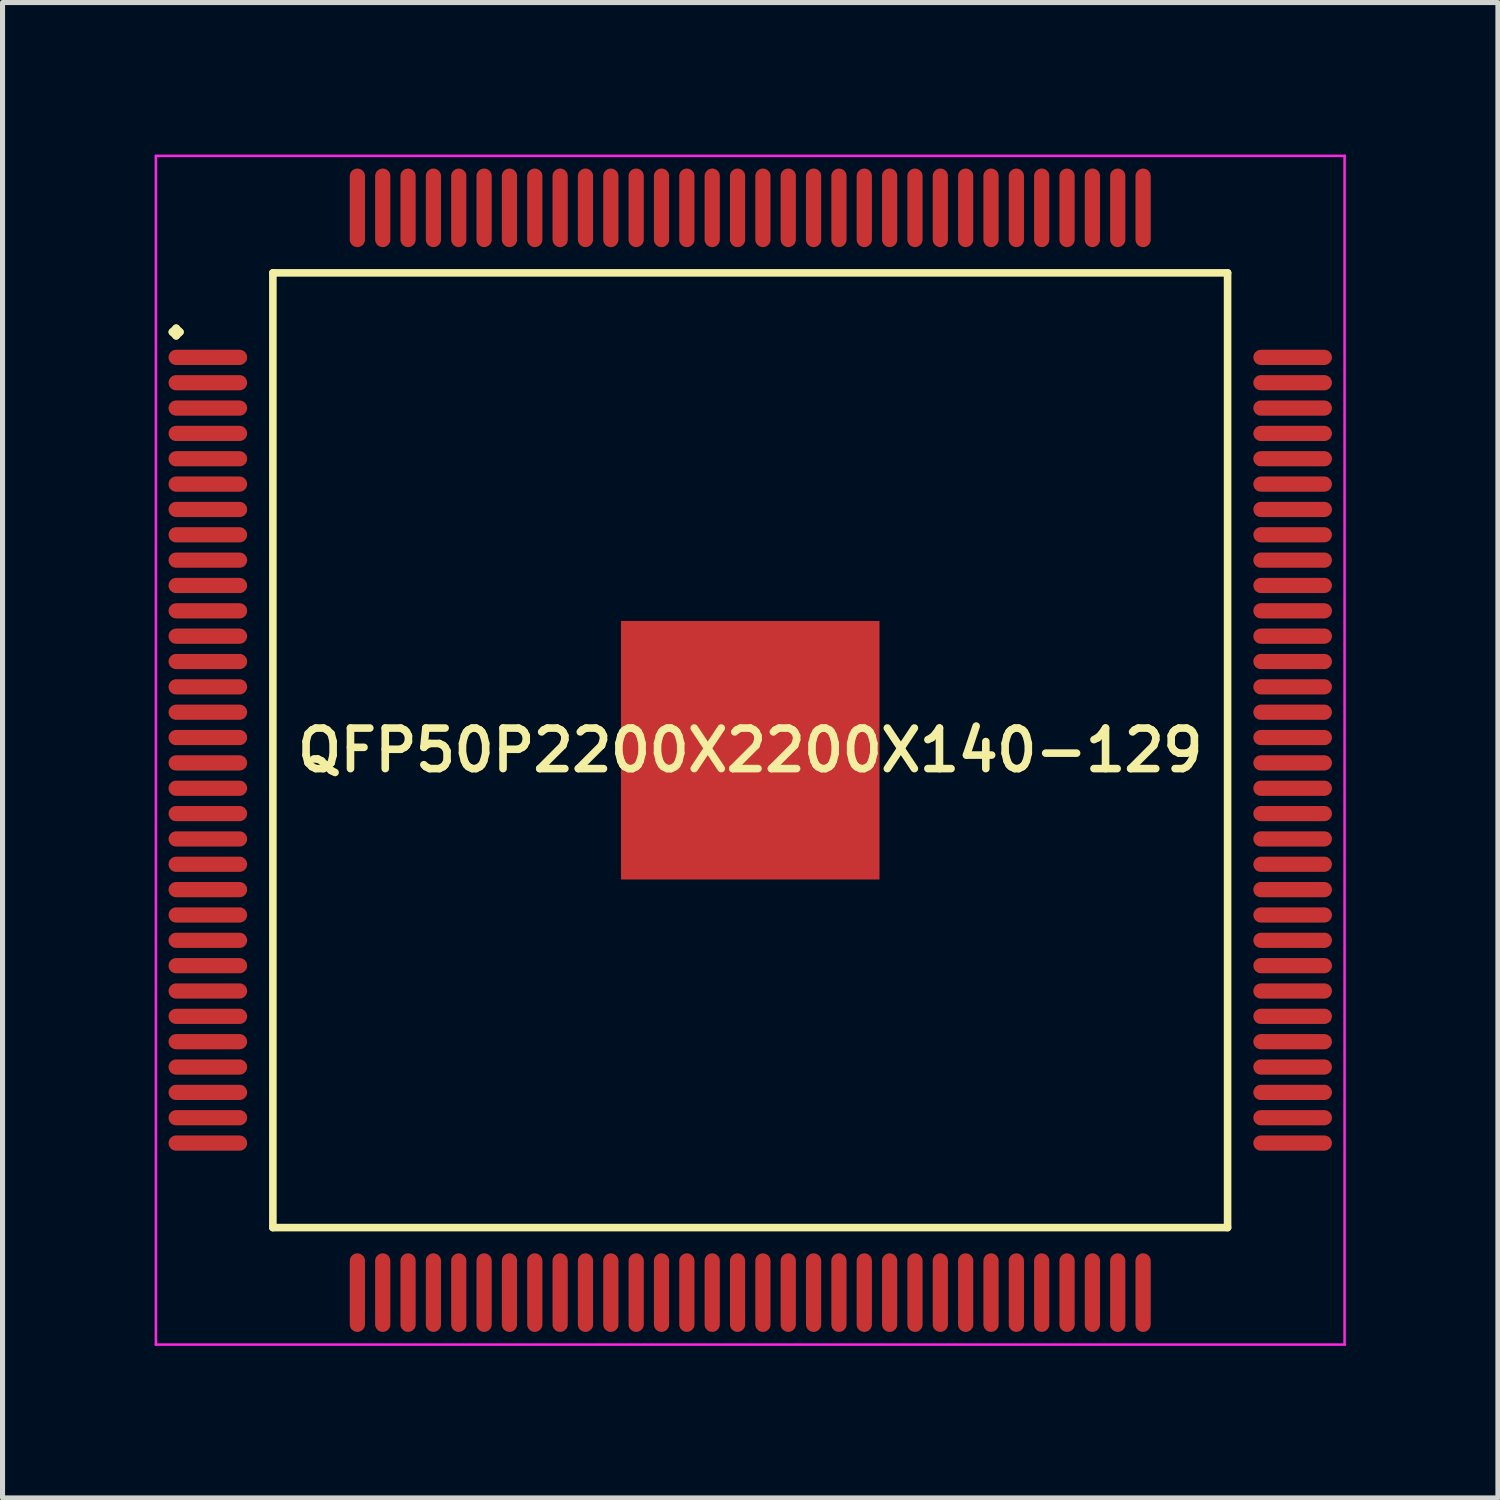
<source format=kicad_pcb>
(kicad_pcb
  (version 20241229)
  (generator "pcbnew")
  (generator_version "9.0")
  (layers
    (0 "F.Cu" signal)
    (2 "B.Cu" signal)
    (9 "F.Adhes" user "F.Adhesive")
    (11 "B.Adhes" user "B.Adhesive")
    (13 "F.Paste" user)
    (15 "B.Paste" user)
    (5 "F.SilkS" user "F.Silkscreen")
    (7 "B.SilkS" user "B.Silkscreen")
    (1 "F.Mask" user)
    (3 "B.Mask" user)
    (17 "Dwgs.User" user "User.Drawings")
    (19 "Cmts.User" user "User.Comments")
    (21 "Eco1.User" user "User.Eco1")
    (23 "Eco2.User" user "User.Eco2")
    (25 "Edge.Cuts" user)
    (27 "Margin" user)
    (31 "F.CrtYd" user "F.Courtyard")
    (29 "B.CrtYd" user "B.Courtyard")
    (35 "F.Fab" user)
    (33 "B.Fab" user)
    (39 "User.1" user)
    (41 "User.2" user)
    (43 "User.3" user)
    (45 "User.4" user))
  (footprint "QFP50P2200X2200X140-129"
    (layer "F.Cu")
    (at 11.75 11.75)
    (property "Reference" "QFP50P2200X2200X140-129" (at 0 0 0) (layer "F.SilkS") (effects (font (size 0.8 0.8) (thickness 0.15))))
    (attr smd)
    (fp_line (start -11.4 -8.25) (end -11.325 -8.325) (stroke (width 0.15) (type solid)) (layer "F.SilkS"))
    (fp_line (start -11.325 -8.325) (end -11.25 -8.25) (stroke (width 0.15) (type solid)) (layer "F.SilkS"))
    (fp_line (start -11.325 -8.175) (end -11.4 -8.25) (stroke (width 0.15) (type solid)) (layer "F.SilkS"))
    (fp_line (start -11.25 -8.25) (end -11.325 -8.175) (stroke (width 0.15) (type solid)) (layer "F.SilkS"))
    (fp_line (start -9.417 -9.417) (end -9.417 9.417) (stroke (width 0.15) (type solid)) (layer "F.SilkS"))
    (fp_line (start -9.417 9.417) (end 9.417 9.417) (stroke (width 0.15) (type solid)) (layer "F.SilkS"))
    (fp_line (start 9.417 -9.417) (end -9.417 -9.417) (stroke (width 0.15) (type solid)) (layer "F.SilkS"))
    (fp_line (start 9.417 9.417) (end 9.417 -9.417) (stroke (width 0.15) (type solid)) (layer "F.SilkS"))
    (fp_line (start -11.725 -11.725) (end 11.725 -11.725) (stroke (width 0.05) (type solid)) (layer "F.CrtYd"))
    (fp_line (start -11.725 11.725) (end -11.725 -11.725) (stroke (width 0.05) (type solid)) (layer "F.CrtYd"))
    (fp_line (start 11.725 -11.725) (end 11.725 11.725) (stroke (width 0.05) (type solid)) (layer "F.CrtYd"))
    (fp_line (start 11.725 11.725) (end -11.725 11.725) (stroke (width 0.05) (type solid)) (layer "F.CrtYd"))
    (pad "1" smd oval (at -10.7 -7.75) (size 1.55 0.3) (layers "F.Cu" "F.Mask" "F.Paste"))
    (pad "2" smd oval (at -10.7 -7.25) (size 1.55 0.3) (layers "F.Cu" "F.Mask" "F.Paste"))
    (pad "3" smd oval (at -10.7 -6.75) (size 1.55 0.3) (layers "F.Cu" "F.Mask" "F.Paste"))
    (pad "4" smd oval (at -10.7 -6.25) (size 1.55 0.3) (layers "F.Cu" "F.Mask" "F.Paste"))
    (pad "5" smd oval (at -10.7 -5.75) (size 1.55 0.3) (layers "F.Cu" "F.Mask" "F.Paste"))
    (pad "6" smd oval (at -10.7 -5.25) (size 1.55 0.3) (layers "F.Cu" "F.Mask" "F.Paste"))
    (pad "7" smd oval (at -10.7 -4.75) (size 1.55 0.3) (layers "F.Cu" "F.Mask" "F.Paste"))
    (pad "8" smd oval (at -10.7 -4.25) (size 1.55 0.3) (layers "F.Cu" "F.Mask" "F.Paste"))
    (pad "9" smd oval (at -10.7 -3.75) (size 1.55 0.3) (layers "F.Cu" "F.Mask" "F.Paste"))
    (pad "10" smd oval (at -10.7 -3.25) (size 1.55 0.3) (layers "F.Cu" "F.Mask" "F.Paste"))
    (pad "11" smd oval (at -10.7 -2.75) (size 1.55 0.3) (layers "F.Cu" "F.Mask" "F.Paste"))
    (pad "12" smd oval (at -10.7 -2.25) (size 1.55 0.3) (layers "F.Cu" "F.Mask" "F.Paste"))
    (pad "13" smd oval (at -10.7 -1.75) (size 1.55 0.3) (layers "F.Cu" "F.Mask" "F.Paste"))
    (pad "14" smd oval (at -10.7 -1.25) (size 1.55 0.3) (layers "F.Cu" "F.Mask" "F.Paste"))
    (pad "15" smd oval (at -10.7 -0.75) (size 1.55 0.3) (layers "F.Cu" "F.Mask" "F.Paste"))
    (pad "16" smd oval (at -10.7 -0.25) (size 1.55 0.3) (layers "F.Cu" "F.Mask" "F.Paste"))
    (pad "17" smd oval (at -10.7 0.25) (size 1.55 0.3) (layers "F.Cu" "F.Mask" "F.Paste"))
    (pad "18" smd oval (at -10.7 0.75) (size 1.55 0.3) (layers "F.Cu" "F.Mask" "F.Paste"))
    (pad "19" smd oval (at -10.7 1.25) (size 1.55 0.3) (layers "F.Cu" "F.Mask" "F.Paste"))
    (pad "20" smd oval (at -10.7 1.75) (size 1.55 0.3) (layers "F.Cu" "F.Mask" "F.Paste"))
    (pad "21" smd oval (at -10.7 2.25) (size 1.55 0.3) (layers "F.Cu" "F.Mask" "F.Paste"))
    (pad "22" smd oval (at -10.7 2.75) (size 1.55 0.3) (layers "F.Cu" "F.Mask" "F.Paste"))
    (pad "23" smd oval (at -10.7 3.25) (size 1.55 0.3) (layers "F.Cu" "F.Mask" "F.Paste"))
    (pad "24" smd oval (at -10.7 3.75) (size 1.55 0.3) (layers "F.Cu" "F.Mask" "F.Paste"))
    (pad "25" smd oval (at -10.7 4.25) (size 1.55 0.3) (layers "F.Cu" "F.Mask" "F.Paste"))
    (pad "26" smd oval (at -10.7 4.75) (size 1.55 0.3) (layers "F.Cu" "F.Mask" "F.Paste"))
    (pad "27" smd oval (at -10.7 5.25) (size 1.55 0.3) (layers "F.Cu" "F.Mask" "F.Paste"))
    (pad "28" smd oval (at -10.7 5.75) (size 1.55 0.3) (layers "F.Cu" "F.Mask" "F.Paste"))
    (pad "29" smd oval (at -10.7 6.25) (size 1.55 0.3) (layers "F.Cu" "F.Mask" "F.Paste"))
    (pad "30" smd oval (at -10.7 6.75) (size 1.55 0.3) (layers "F.Cu" "F.Mask" "F.Paste"))
    (pad "31" smd oval (at -10.7 7.25) (size 1.55 0.3) (layers "F.Cu" "F.Mask" "F.Paste"))
    (pad "32" smd oval (at -10.7 7.75) (size 1.55 0.3) (layers "F.Cu" "F.Mask" "F.Paste"))
    (pad "33" smd oval (at -7.75 10.7) (size 0.3 1.55) (layers "F.Cu" "F.Mask" "F.Paste"))
    (pad "34" smd oval (at -7.25 10.7) (size 0.3 1.55) (layers "F.Cu" "F.Mask" "F.Paste"))
    (pad "35" smd oval (at -6.75 10.7) (size 0.3 1.55) (layers "F.Cu" "F.Mask" "F.Paste"))
    (pad "36" smd oval (at -6.25 10.7) (size 0.3 1.55) (layers "F.Cu" "F.Mask" "F.Paste"))
    (pad "37" smd oval (at -5.75 10.7) (size 0.3 1.55) (layers "F.Cu" "F.Mask" "F.Paste"))
    (pad "38" smd oval (at -5.25 10.7) (size 0.3 1.55) (layers "F.Cu" "F.Mask" "F.Paste"))
    (pad "39" smd oval (at -4.75 10.7) (size 0.3 1.55) (layers "F.Cu" "F.Mask" "F.Paste"))
    (pad "40" smd oval (at -4.25 10.7) (size 0.3 1.55) (layers "F.Cu" "F.Mask" "F.Paste"))
    (pad "41" smd oval (at -3.75 10.7) (size 0.3 1.55) (layers "F.Cu" "F.Mask" "F.Paste"))
    (pad "42" smd oval (at -3.25 10.7) (size 0.3 1.55) (layers "F.Cu" "F.Mask" "F.Paste"))
    (pad "43" smd oval (at -2.75 10.7) (size 0.3 1.55) (layers "F.Cu" "F.Mask" "F.Paste"))
    (pad "44" smd oval (at -2.25 10.7) (size 0.3 1.55) (layers "F.Cu" "F.Mask" "F.Paste"))
    (pad "45" smd oval (at -1.75 10.7) (size 0.3 1.55) (layers "F.Cu" "F.Mask" "F.Paste"))
    (pad "46" smd oval (at -1.25 10.7) (size 0.3 1.55) (layers "F.Cu" "F.Mask" "F.Paste"))
    (pad "47" smd oval (at -0.75 10.7) (size 0.3 1.55) (layers "F.Cu" "F.Mask" "F.Paste"))
    (pad "48" smd oval (at -0.25 10.7) (size 0.3 1.55) (layers "F.Cu" "F.Mask" "F.Paste"))
    (pad "49" smd oval (at 0.25 10.7) (size 0.3 1.55) (layers "F.Cu" "F.Mask" "F.Paste"))
    (pad "50" smd oval (at 0.75 10.7) (size 0.3 1.55) (layers "F.Cu" "F.Mask" "F.Paste"))
    (pad "51" smd oval (at 1.25 10.7) (size 0.3 1.55) (layers "F.Cu" "F.Mask" "F.Paste"))
    (pad "52" smd oval (at 1.75 10.7) (size 0.3 1.55) (layers "F.Cu" "F.Mask" "F.Paste"))
    (pad "53" smd oval (at 2.25 10.7) (size 0.3 1.55) (layers "F.Cu" "F.Mask" "F.Paste"))
    (pad "54" smd oval (at 2.75 10.7) (size 0.3 1.55) (layers "F.Cu" "F.Mask" "F.Paste"))
    (pad "55" smd oval (at 3.25 10.7) (size 0.3 1.55) (layers "F.Cu" "F.Mask" "F.Paste"))
    (pad "56" smd oval (at 3.75 10.7) (size 0.3 1.55) (layers "F.Cu" "F.Mask" "F.Paste"))
    (pad "57" smd oval (at 4.25 10.7) (size 0.3 1.55) (layers "F.Cu" "F.Mask" "F.Paste"))
    (pad "58" smd oval (at 4.75 10.7) (size 0.3 1.55) (layers "F.Cu" "F.Mask" "F.Paste"))
    (pad "59" smd oval (at 5.25 10.7) (size 0.3 1.55) (layers "F.Cu" "F.Mask" "F.Paste"))
    (pad "60" smd oval (at 5.75 10.7) (size 0.3 1.55) (layers "F.Cu" "F.Mask" "F.Paste"))
    (pad "61" smd oval (at 6.25 10.7) (size 0.3 1.55) (layers "F.Cu" "F.Mask" "F.Paste"))
    (pad "62" smd oval (at 6.75 10.7) (size 0.3 1.55) (layers "F.Cu" "F.Mask" "F.Paste"))
    (pad "63" smd oval (at 7.25 10.7) (size 0.3 1.55) (layers "F.Cu" "F.Mask" "F.Paste"))
    (pad "64" smd oval (at 7.75 10.7) (size 0.3 1.55) (layers "F.Cu" "F.Mask" "F.Paste"))
    (pad "65" smd oval (at 10.7 7.75) (size 1.55 0.3) (layers "F.Cu" "F.Mask" "F.Paste"))
    (pad "66" smd oval (at 10.7 7.25) (size 1.55 0.3) (layers "F.Cu" "F.Mask" "F.Paste"))
    (pad "67" smd oval (at 10.7 6.75) (size 1.55 0.3) (layers "F.Cu" "F.Mask" "F.Paste"))
    (pad "68" smd oval (at 10.7 6.25) (size 1.55 0.3) (layers "F.Cu" "F.Mask" "F.Paste"))
    (pad "69" smd oval (at 10.7 5.75) (size 1.55 0.3) (layers "F.Cu" "F.Mask" "F.Paste"))
    (pad "70" smd oval (at 10.7 5.25) (size 1.55 0.3) (layers "F.Cu" "F.Mask" "F.Paste"))
    (pad "71" smd oval (at 10.7 4.75) (size 1.55 0.3) (layers "F.Cu" "F.Mask" "F.Paste"))
    (pad "72" smd oval (at 10.7 4.25) (size 1.55 0.3) (layers "F.Cu" "F.Mask" "F.Paste"))
    (pad "73" smd oval (at 10.7 3.75) (size 1.55 0.3) (layers "F.Cu" "F.Mask" "F.Paste"))
    (pad "74" smd oval (at 10.7 3.25) (size 1.55 0.3) (layers "F.Cu" "F.Mask" "F.Paste"))
    (pad "75" smd oval (at 10.7 2.75) (size 1.55 0.3) (layers "F.Cu" "F.Mask" "F.Paste"))
    (pad "76" smd oval (at 10.7 2.25) (size 1.55 0.3) (layers "F.Cu" "F.Mask" "F.Paste"))
    (pad "77" smd oval (at 10.7 1.75) (size 1.55 0.3) (layers "F.Cu" "F.Mask" "F.Paste"))
    (pad "78" smd oval (at 10.7 1.25) (size 1.55 0.3) (layers "F.Cu" "F.Mask" "F.Paste"))
    (pad "79" smd oval (at 10.7 0.75) (size 1.55 0.3) (layers "F.Cu" "F.Mask" "F.Paste"))
    (pad "80" smd oval (at 10.7 0.25) (size 1.55 0.3) (layers "F.Cu" "F.Mask" "F.Paste"))
    (pad "81" smd oval (at 10.7 -0.25) (size 1.55 0.3) (layers "F.Cu" "F.Mask" "F.Paste"))
    (pad "82" smd oval (at 10.7 -0.75) (size 1.55 0.3) (layers "F.Cu" "F.Mask" "F.Paste"))
    (pad "83" smd oval (at 10.7 -1.25) (size 1.55 0.3) (layers "F.Cu" "F.Mask" "F.Paste"))
    (pad "84" smd oval (at 10.7 -1.75) (size 1.55 0.3) (layers "F.Cu" "F.Mask" "F.Paste"))
    (pad "85" smd oval (at 10.7 -2.25) (size 1.55 0.3) (layers "F.Cu" "F.Mask" "F.Paste"))
    (pad "86" smd oval (at 10.7 -2.75) (size 1.55 0.3) (layers "F.Cu" "F.Mask" "F.Paste"))
    (pad "87" smd oval (at 10.7 -3.25) (size 1.55 0.3) (layers "F.Cu" "F.Mask" "F.Paste"))
    (pad "88" smd oval (at 10.7 -3.75) (size 1.55 0.3) (layers "F.Cu" "F.Mask" "F.Paste"))
    (pad "89" smd oval (at 10.7 -4.25) (size 1.55 0.3) (layers "F.Cu" "F.Mask" "F.Paste"))
    (pad "90" smd oval (at 10.7 -4.75) (size 1.55 0.3) (layers "F.Cu" "F.Mask" "F.Paste"))
    (pad "91" smd oval (at 10.7 -5.25) (size 1.55 0.3) (layers "F.Cu" "F.Mask" "F.Paste"))
    (pad "92" smd oval (at 10.7 -5.75) (size 1.55 0.3) (layers "F.Cu" "F.Mask" "F.Paste"))
    (pad "93" smd oval (at 10.7 -6.25) (size 1.55 0.3) (layers "F.Cu" "F.Mask" "F.Paste"))
    (pad "94" smd oval (at 10.7 -6.75) (size 1.55 0.3) (layers "F.Cu" "F.Mask" "F.Paste"))
    (pad "95" smd oval (at 10.7 -7.25) (size 1.55 0.3) (layers "F.Cu" "F.Mask" "F.Paste"))
    (pad "96" smd oval (at 10.7 -7.75) (size 1.55 0.3) (layers "F.Cu" "F.Mask" "F.Paste"))
    (pad "97" smd oval (at 7.75 -10.7) (size 0.3 1.55) (layers "F.Cu" "F.Mask" "F.Paste"))
    (pad "98" smd oval (at 7.25 -10.7) (size 0.3 1.55) (layers "F.Cu" "F.Mask" "F.Paste"))
    (pad "99" smd oval (at 6.75 -10.7) (size 0.3 1.55) (layers "F.Cu" "F.Mask" "F.Paste"))
    (pad "100" smd oval (at 6.25 -10.7) (size 0.3 1.55) (layers "F.Cu" "F.Mask" "F.Paste"))
    (pad "101" smd oval (at 5.75 -10.7) (size 0.3 1.55) (layers "F.Cu" "F.Mask" "F.Paste"))
    (pad "102" smd oval (at 5.25 -10.7) (size 0.3 1.55) (layers "F.Cu" "F.Mask" "F.Paste"))
    (pad "103" smd oval (at 4.75 -10.7) (size 0.3 1.55) (layers "F.Cu" "F.Mask" "F.Paste"))
    (pad "104" smd oval (at 4.25 -10.7) (size 0.3 1.55) (layers "F.Cu" "F.Mask" "F.Paste"))
    (pad "105" smd oval (at 3.75 -10.7) (size 0.3 1.55) (layers "F.Cu" "F.Mask" "F.Paste"))
    (pad "106" smd oval (at 3.25 -10.7) (size 0.3 1.55) (layers "F.Cu" "F.Mask" "F.Paste"))
    (pad "107" smd oval (at 2.75 -10.7) (size 0.3 1.55) (layers "F.Cu" "F.Mask" "F.Paste"))
    (pad "108" smd oval (at 2.25 -10.7) (size 0.3 1.55) (layers "F.Cu" "F.Mask" "F.Paste"))
    (pad "109" smd oval (at 1.75 -10.7) (size 0.3 1.55) (layers "F.Cu" "F.Mask" "F.Paste"))
    (pad "110" smd oval (at 1.25 -10.7) (size 0.3 1.55) (layers "F.Cu" "F.Mask" "F.Paste"))
    (pad "111" smd oval (at 0.75 -10.7) (size 0.3 1.55) (layers "F.Cu" "F.Mask" "F.Paste"))
    (pad "112" smd oval (at 0.25 -10.7) (size 0.3 1.55) (layers "F.Cu" "F.Mask" "F.Paste"))
    (pad "113" smd oval (at -0.25 -10.7) (size 0.3 1.55) (layers "F.Cu" "F.Mask" "F.Paste"))
    (pad "114" smd oval (at -0.75 -10.7) (size 0.3 1.55) (layers "F.Cu" "F.Mask" "F.Paste"))
    (pad "115" smd oval (at -1.25 -10.7) (size 0.3 1.55) (layers "F.Cu" "F.Mask" "F.Paste"))
    (pad "116" smd oval (at -1.75 -10.7) (size 0.3 1.55) (layers "F.Cu" "F.Mask" "F.Paste"))
    (pad "117" smd oval (at -2.25 -10.7) (size 0.3 1.55) (layers "F.Cu" "F.Mask" "F.Paste"))
    (pad "118" smd oval (at -2.75 -10.7) (size 0.3 1.55) (layers "F.Cu" "F.Mask" "F.Paste"))
    (pad "119" smd oval (at -3.25 -10.7) (size 0.3 1.55) (layers "F.Cu" "F.Mask" "F.Paste"))
    (pad "120" smd oval (at -3.75 -10.7) (size 0.3 1.55) (layers "F.Cu" "F.Mask" "F.Paste"))
    (pad "121" smd oval (at -4.25 -10.7) (size 0.3 1.55) (layers "F.Cu" "F.Mask" "F.Paste"))
    (pad "122" smd oval (at -4.75 -10.7) (size 0.3 1.55) (layers "F.Cu" "F.Mask" "F.Paste"))
    (pad "123" smd oval (at -5.25 -10.7) (size 0.3 1.55) (layers "F.Cu" "F.Mask" "F.Paste"))
    (pad "124" smd oval (at -5.75 -10.7) (size 0.3 1.55) (layers "F.Cu" "F.Mask" "F.Paste"))
    (pad "125" smd oval (at -6.25 -10.7) (size 0.3 1.55) (layers "F.Cu" "F.Mask" "F.Paste"))
    (pad "126" smd oval (at -6.75 -10.7) (size 0.3 1.55) (layers "F.Cu" "F.Mask" "F.Paste"))
    (pad "127" smd oval (at -7.25 -10.7) (size 0.3 1.55) (layers "F.Cu" "F.Mask" "F.Paste"))
    (pad "128" smd oval (at -7.75 -10.7) (size 0.3 1.55) (layers "F.Cu" "F.Mask" "F.Paste"))
    (pad "129" smd rect (at 0 0) (size 5.1 5.1) (layers "F.Cu" "F.Mask" "F.Paste")))
  (gr_rect
    (start -3 -3)
    (end 26.5 26.5)
    (stroke (width 0.1) (type default))
    (fill no)
    (layer "Edge.Cuts")))
</source>
